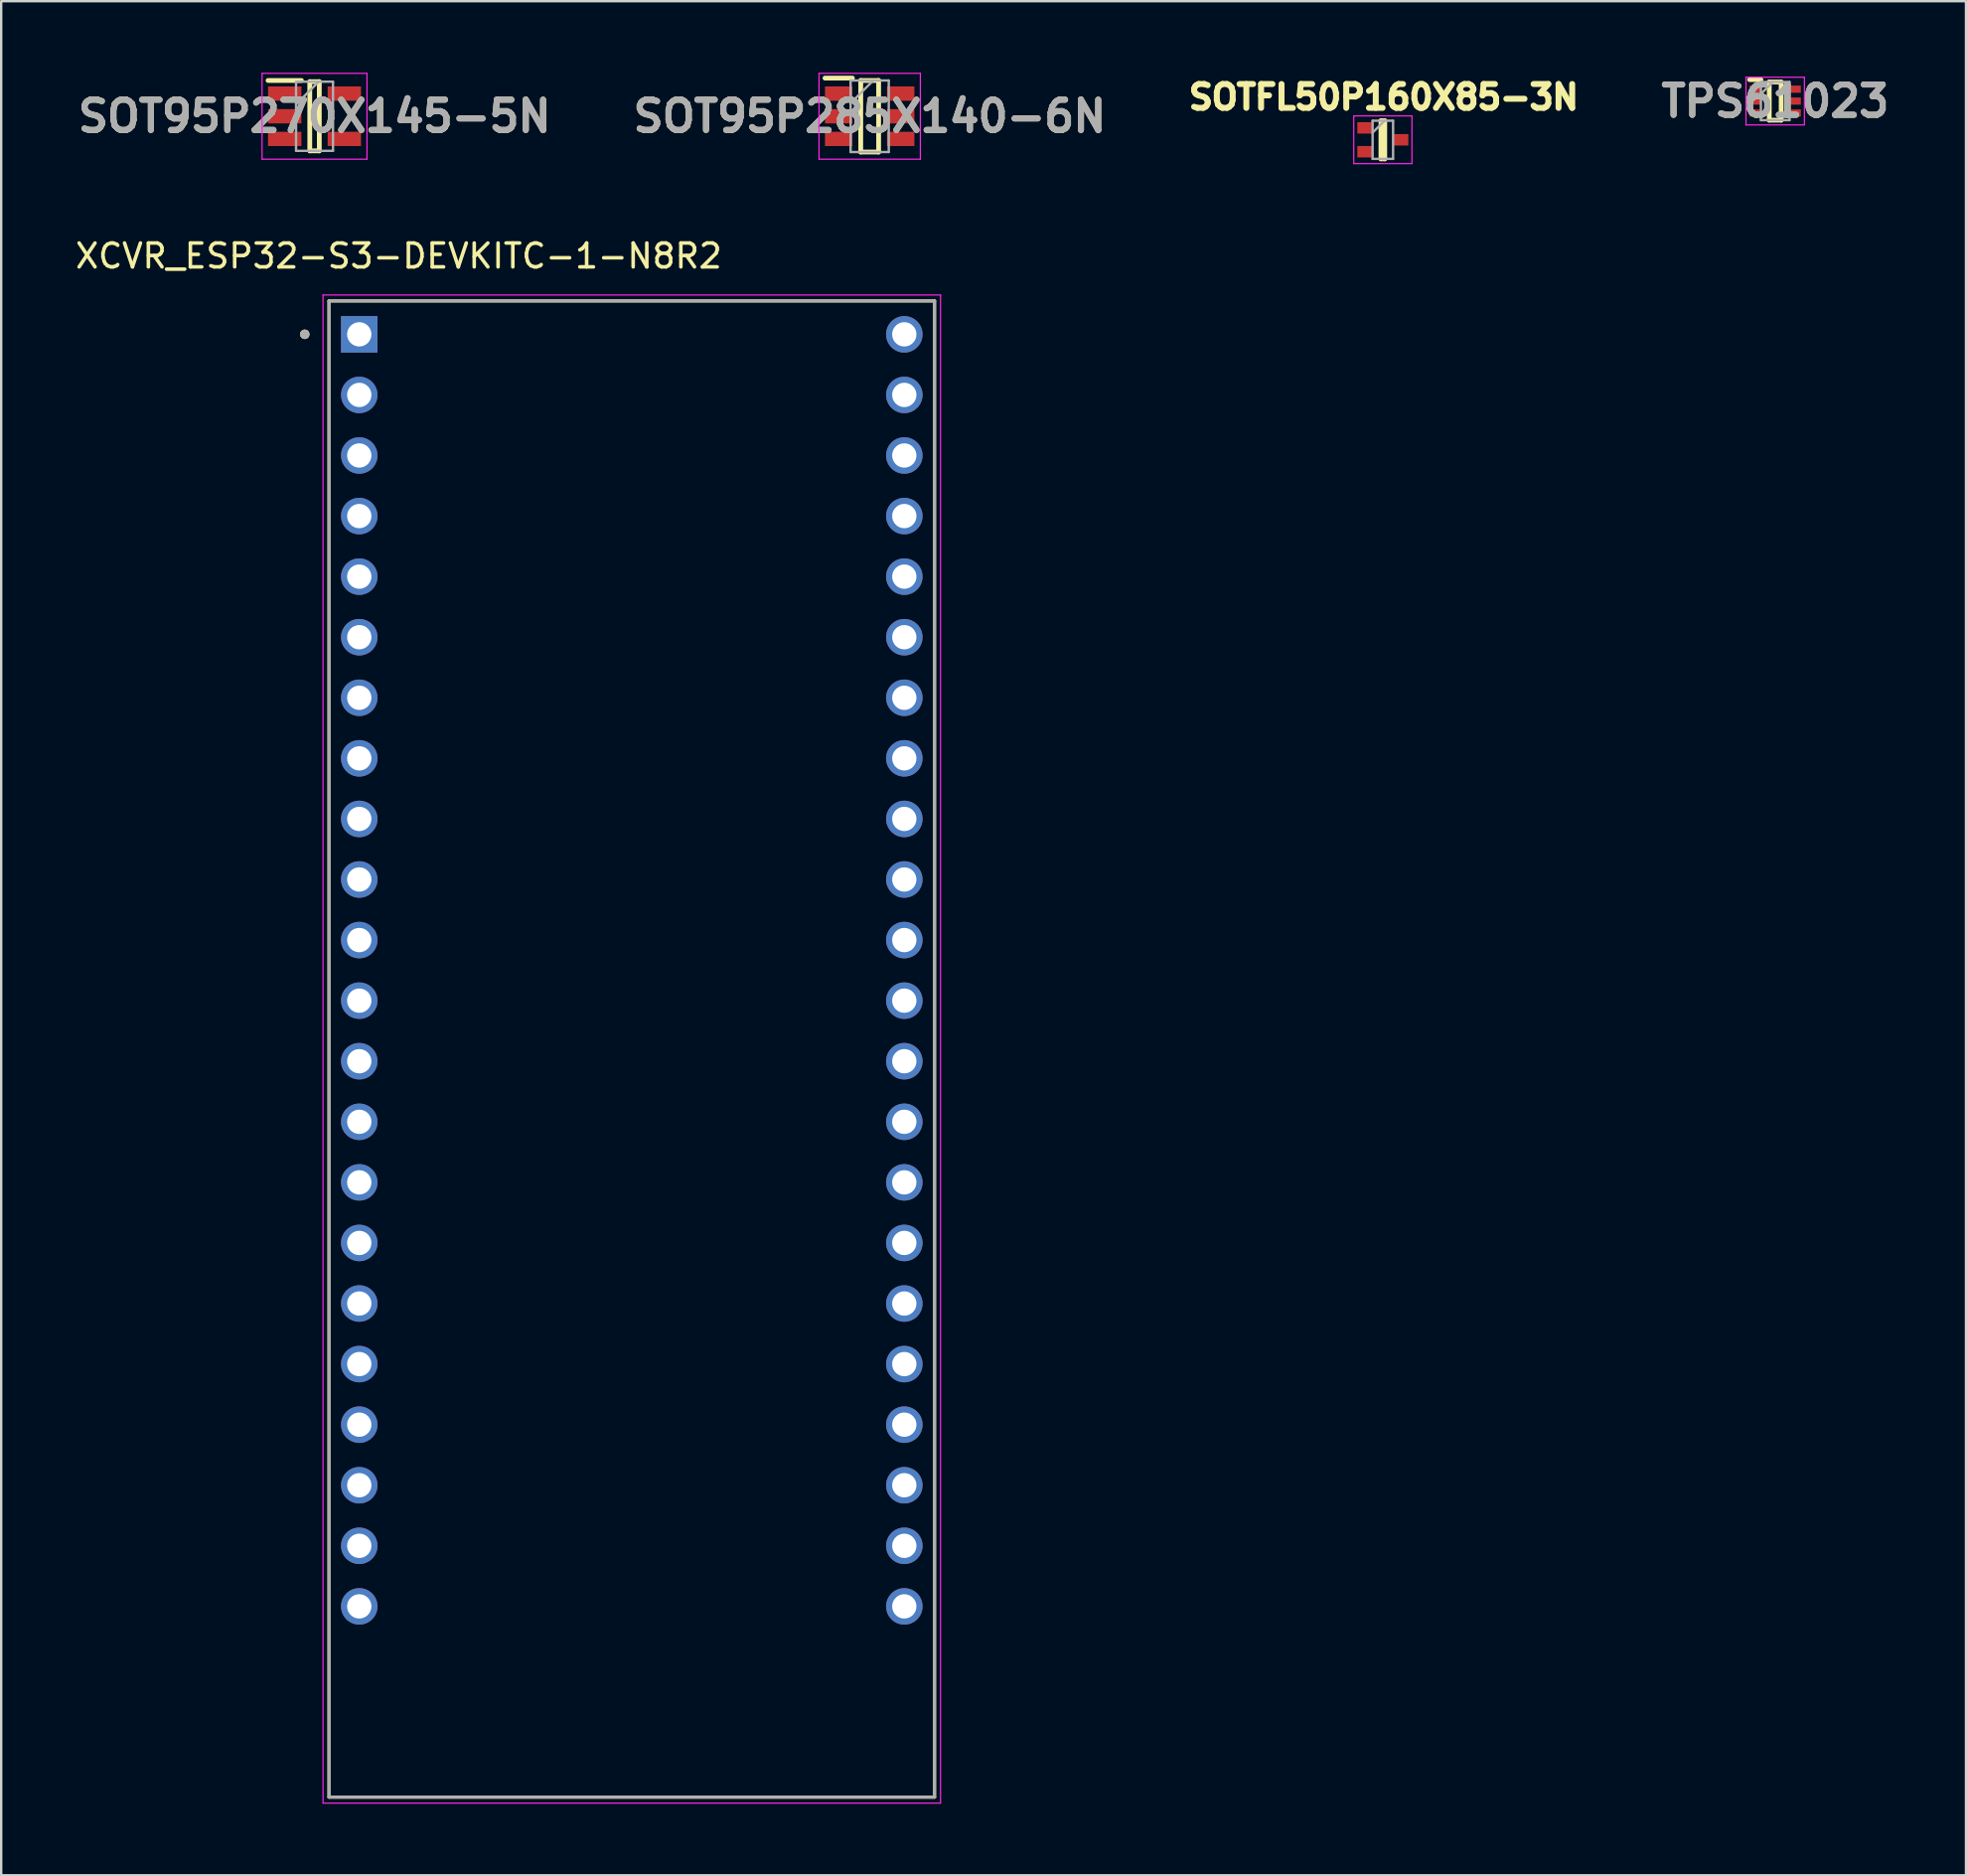
<source format=kicad_pcb>
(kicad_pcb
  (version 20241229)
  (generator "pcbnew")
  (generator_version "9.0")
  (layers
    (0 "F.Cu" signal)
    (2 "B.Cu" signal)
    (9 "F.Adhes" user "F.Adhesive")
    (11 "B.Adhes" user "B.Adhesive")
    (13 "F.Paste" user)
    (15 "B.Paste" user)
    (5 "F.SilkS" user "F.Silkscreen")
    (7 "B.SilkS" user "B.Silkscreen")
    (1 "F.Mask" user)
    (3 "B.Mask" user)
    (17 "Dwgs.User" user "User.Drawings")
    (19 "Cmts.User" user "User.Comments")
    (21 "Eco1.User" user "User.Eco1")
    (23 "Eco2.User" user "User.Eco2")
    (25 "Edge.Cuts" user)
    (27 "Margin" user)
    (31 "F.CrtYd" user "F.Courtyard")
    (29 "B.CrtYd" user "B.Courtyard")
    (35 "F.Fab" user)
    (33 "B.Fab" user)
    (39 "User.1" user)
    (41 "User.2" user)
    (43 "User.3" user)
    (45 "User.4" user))
  (footprint "XCVR_ESP32-S3-DEVKITC-1-N8R2"
    (layer "F.Cu")
    (at 23.448 40.94)
    (property "Reference" "XCVR_ESP32-S3-DEVKITC-1-N8R2" (at -9.775 -33.255 0) (layer "F.SilkS") (effects (font (size 1 1) (thickness 0.15))))
    (attr through_hole)
    (fp_line (start -12.7 -31.37) (end 12.7 -31.37) (stroke (width 0.127) (type solid)) (layer "F.SilkS"))
    (fp_line (start -12.7 31.37) (end -12.7 -31.37) (stroke (width 0.127) (type solid)) (layer "F.SilkS"))
    (fp_line (start 12.7 -31.37) (end 12.7 31.37) (stroke (width 0.127) (type solid)) (layer "F.SilkS"))
    (fp_line (start 12.7 31.37) (end -12.7 31.37) (stroke (width 0.127) (type solid)) (layer "F.SilkS"))
    (fp_circle (center -13.716 -29.972) (end -13.616 -29.972) (stroke (width 0.2) (type solid)) (fill no) (layer "F.SilkS"))
    (fp_line (start -12.95 -31.62) (end -12.95 31.62) (stroke (width 0.05) (type solid)) (layer "F.CrtYd"))
    (fp_line (start -12.95 31.62) (end 12.95 31.62) (stroke (width 0.05) (type solid)) (layer "F.CrtYd"))
    (fp_line (start 12.95 -31.62) (end -12.95 -31.62) (stroke (width 0.05) (type solid)) (layer "F.CrtYd"))
    (fp_line (start 12.95 31.62) (end 12.95 -31.62) (stroke (width 0.05) (type solid)) (layer "F.CrtYd"))
    (fp_line (start -12.7 -31.37) (end 12.7 -31.37) (stroke (width 0.127) (type solid)) (layer "F.Fab"))
    (fp_line (start -12.7 31.37) (end -12.7 -31.37) (stroke (width 0.127) (type solid)) (layer "F.Fab"))
    (fp_line (start 12.7 -31.37) (end 12.7 31.37) (stroke (width 0.127) (type solid)) (layer "F.Fab"))
    (fp_line (start 12.7 31.37) (end -12.7 31.37) (stroke (width 0.127) (type solid)) (layer "F.Fab"))
    (fp_circle (center -13.716 -29.972) (end -13.616 -29.972) (stroke (width 0.2) (type solid)) (fill no) (layer "F.Fab"))
    (pad "J1_1" thru_hole rect (at -11.43 -29.97) (size 1.53 1.53) (drill 1.02) (layers "*.Cu" "*.Mask"))
    (pad "J1_2" thru_hole circle (at -11.43 -27.43) (size 1.53 1.53) (drill 1.02) (layers "*.Cu" "*.Mask"))
    (pad "J1_3" thru_hole circle (at -11.43 -24.89) (size 1.53 1.53) (drill 1.02) (layers "*.Cu" "*.Mask"))
    (pad "J1_4" thru_hole circle (at -11.43 -22.35) (size 1.53 1.53) (drill 1.02) (layers "*.Cu" "*.Mask"))
    (pad "J1_5" thru_hole circle (at -11.43 -19.81) (size 1.53 1.53) (drill 1.02) (layers "*.Cu" "*.Mask"))
    (pad "J1_6" thru_hole circle (at -11.43 -17.27) (size 1.53 1.53) (drill 1.02) (layers "*.Cu" "*.Mask"))
    (pad "J1_7" thru_hole circle (at -11.43 -14.73) (size 1.53 1.53) (drill 1.02) (layers "*.Cu" "*.Mask"))
    (pad "J1_8" thru_hole circle (at -11.43 -12.19) (size 1.53 1.53) (drill 1.02) (layers "*.Cu" "*.Mask"))
    (pad "J1_9" thru_hole circle (at -11.43 -9.65) (size 1.53 1.53) (drill 1.02) (layers "*.Cu" "*.Mask"))
    (pad "J1_10" thru_hole circle (at -11.43 -7.11) (size 1.53 1.53) (drill 1.02) (layers "*.Cu" "*.Mask"))
    (pad "J1_11" thru_hole circle (at -11.43 -4.57) (size 1.53 1.53) (drill 1.02) (layers "*.Cu" "*.Mask"))
    (pad "J1_12" thru_hole circle (at -11.43 -2.03) (size 1.53 1.53) (drill 1.02) (layers "*.Cu" "*.Mask"))
    (pad "J1_13" thru_hole circle (at -11.43 0.51) (size 1.53 1.53) (drill 1.02) (layers "*.Cu" "*.Mask"))
    (pad "J1_14" thru_hole circle (at -11.43 3.05) (size 1.53 1.53) (drill 1.02) (layers "*.Cu" "*.Mask"))
    (pad "J1_15" thru_hole circle (at -11.43 5.59) (size 1.53 1.53) (drill 1.02) (layers "*.Cu" "*.Mask"))
    (pad "J1_16" thru_hole circle (at -11.43 8.13) (size 1.53 1.53) (drill 1.02) (layers "*.Cu" "*.Mask"))
    (pad "J1_17" thru_hole circle (at -11.43 10.67) (size 1.53 1.53) (drill 1.02) (layers "*.Cu" "*.Mask"))
    (pad "J1_18" thru_hole circle (at -11.43 13.21) (size 1.53 1.53) (drill 1.02) (layers "*.Cu" "*.Mask"))
    (pad "J1_19" thru_hole circle (at -11.43 15.75) (size 1.53 1.53) (drill 1.02) (layers "*.Cu" "*.Mask"))
    (pad "J1_20" thru_hole circle (at -11.43 18.29) (size 1.53 1.53) (drill 1.02) (layers "*.Cu" "*.Mask"))
    (pad "J1_21" thru_hole circle (at -11.43 20.83) (size 1.53 1.53) (drill 1.02) (layers "*.Cu" "*.Mask"))
    (pad "J1_22" thru_hole circle (at -11.43 23.37) (size 1.53 1.53) (drill 1.02) (layers "*.Cu" "*.Mask"))
    (pad "J3_1" thru_hole circle (at 11.43 -29.97) (size 1.53 1.53) (drill 1.02) (layers "*.Cu" "*.Mask"))
    (pad "J3_2" thru_hole circle (at 11.43 -27.43) (size 1.53 1.53) (drill 1.02) (layers "*.Cu" "*.Mask"))
    (pad "J3_3" thru_hole circle (at 11.43 -24.89) (size 1.53 1.53) (drill 1.02) (layers "*.Cu" "*.Mask"))
    (pad "J3_4" thru_hole circle (at 11.43 -22.35) (size 1.53 1.53) (drill 1.02) (layers "*.Cu" "*.Mask"))
    (pad "J3_5" thru_hole circle (at 11.43 -19.81) (size 1.53 1.53) (drill 1.02) (layers "*.Cu" "*.Mask"))
    (pad "J3_6" thru_hole circle (at 11.43 -17.27) (size 1.53 1.53) (drill 1.02) (layers "*.Cu" "*.Mask"))
    (pad "J3_7" thru_hole circle (at 11.43 -14.73) (size 1.53 1.53) (drill 1.02) (layers "*.Cu" "*.Mask"))
    (pad "J3_8" thru_hole circle (at 11.43 -12.19) (size 1.53 1.53) (drill 1.02) (layers "*.Cu" "*.Mask"))
    (pad "J3_9" thru_hole circle (at 11.43 -9.65) (size 1.53 1.53) (drill 1.02) (layers "*.Cu" "*.Mask"))
    (pad "J3_10" thru_hole circle (at 11.43 -7.11) (size 1.53 1.53) (drill 1.02) (layers "*.Cu" "*.Mask"))
    (pad "J3_11" thru_hole circle (at 11.43 -4.57) (size 1.53 1.53) (drill 1.02) (layers "*.Cu" "*.Mask"))
    (pad "J3_12" thru_hole circle (at 11.43 -2.03) (size 1.53 1.53) (drill 1.02) (layers "*.Cu" "*.Mask"))
    (pad "J3_13" thru_hole circle (at 11.43 0.51) (size 1.53 1.53) (drill 1.02) (layers "*.Cu" "*.Mask"))
    (pad "J3_14" thru_hole circle (at 11.43 3.05) (size 1.53 1.53) (drill 1.02) (layers "*.Cu" "*.Mask"))
    (pad "J3_15" thru_hole circle (at 11.43 5.59) (size 1.53 1.53) (drill 1.02) (layers "*.Cu" "*.Mask"))
    (pad "J3_16" thru_hole circle (at 11.43 8.13) (size 1.53 1.53) (drill 1.02) (layers "*.Cu" "*.Mask"))
    (pad "J3_17" thru_hole circle (at 11.43 10.67) (size 1.53 1.53) (drill 1.02) (layers "*.Cu" "*.Mask"))
    (pad "J3_18" thru_hole circle (at 11.43 13.21) (size 1.53 1.53) (drill 1.02) (layers "*.Cu" "*.Mask"))
    (pad "J3_19" thru_hole circle (at 11.43 15.75) (size 1.53 1.53) (drill 1.02) (layers "*.Cu" "*.Mask"))
    (pad "J3_20" thru_hole circle (at 11.43 18.29) (size 1.53 1.53) (drill 1.02) (layers "*.Cu" "*.Mask"))
    (pad "J3_21" thru_hole circle (at 11.43 20.83) (size 1.53 1.53) (drill 1.02) (layers "*.Cu" "*.Mask"))
    (pad "J3_22" thru_hole circle (at 11.43 23.37) (size 1.53 1.53) (drill 1.02) (layers "*.Cu" "*.Mask")))
  (footprint "TPS61023"
    (layer "F.Cu")
    (at 71.405 1.189)
    (property "Reference" "TPS61023" (at 0 0 0) (layer "F.SilkS") (effects (font (size 1.27 1.27) (thickness 0.254))))
    (attr smd)
    (fp_line (start -1.075 -0.9) (end -0.6 -0.9) (stroke (width 0.2) (type solid)) (layer "F.SilkS"))
    (fp_line (start -0.25 -0.8) (end 0.25 -0.8) (stroke (width 0.2) (type solid)) (layer "F.SilkS"))
    (fp_line (start -0.25 0.8) (end -0.25 -0.8) (stroke (width 0.2) (type solid)) (layer "F.SilkS"))
    (fp_line (start 0.25 -0.8) (end 0.25 0.8) (stroke (width 0.2) (type solid)) (layer "F.SilkS"))
    (fp_line (start 0.25 0.8) (end -0.25 0.8) (stroke (width 0.2) (type solid)) (layer "F.SilkS"))
    (fp_line (start -1.225 -1) (end 1.225 -1) (stroke (width 0.05) (type solid)) (layer "F.CrtYd"))
    (fp_line (start -1.225 1) (end -1.225 -1) (stroke (width 0.05) (type solid)) (layer "F.CrtYd"))
    (fp_line (start 1.225 -1) (end 1.225 1) (stroke (width 0.05) (type solid)) (layer "F.CrtYd"))
    (fp_line (start 1.225 1) (end -1.225 1) (stroke (width 0.05) (type solid)) (layer "F.CrtYd"))
    (fp_line (start -0.6 -0.8) (end 0.6 -0.8) (stroke (width 0.1) (type solid)) (layer "F.Fab"))
    (fp_line (start -0.6 -0.3) (end -0.1 -0.8) (stroke (width 0.1) (type solid)) (layer "F.Fab"))
    (fp_line (start -0.6 0.8) (end -0.6 -0.8) (stroke (width 0.1) (type solid)) (layer "F.Fab"))
    (fp_line (start 0.6 -0.8) (end 0.6 0.8) (stroke (width 0.1) (type solid)) (layer "F.Fab"))
    (fp_line (start 0.6 0.8) (end -0.6 0.8) (stroke (width 0.1) (type solid)) (layer "F.Fab"))
    (fp_text user "${REFERENCE}" (at 0 0 0) (layer "F.Fab") (effects (font (size 1.27 1.27) (thickness 0.254))))
    (pad "1" smd rect (at -0.838 -0.5 90) (size 0.3 0.475) (layers "F.Cu" "F.Mask" "F.Paste"))
    (pad "2" smd rect (at -0.838 0 90) (size 0.3 0.475) (layers "F.Cu" "F.Mask" "F.Paste"))
    (pad "3" smd rect (at -0.838 0.5 90) (size 0.3 0.475) (layers "F.Cu" "F.Mask" "F.Paste"))
    (pad "4" smd rect (at 0.838 0.5 90) (size 0.3 0.475) (layers "F.Cu" "F.Mask" "F.Paste"))
    (pad "5" smd rect (at 0.838 0 90) (size 0.3 0.475) (layers "F.Cu" "F.Mask" "F.Paste"))
    (pad "6" smd rect (at 0.838 -0.5 90) (size 0.3 0.475) (layers "F.Cu" "F.Mask" "F.Paste")))
  (footprint "SOTFL50P160X85-3N"
    (layer "F.Cu")
    (at 54.949 2.812)
    (property "Reference" "SOTFL50P160X85-3N" (at 0.036 -1.788 0) (layer "F.SilkS") (effects (font (size 1 1) (thickness 0.25))))
    (attr smd)
    (fp_line (start -0.08 -0.8) (end 0.08 -0.8) (stroke (width 0.2) (type solid)) (layer "F.SilkS"))
    (fp_line (start -0.08 0.8) (end -0.08 -0.8) (stroke (width 0.2) (type solid)) (layer "F.SilkS"))
    (fp_line (start 0.08 -0.8) (end 0.08 0.8) (stroke (width 0.2) (type solid)) (layer "F.SilkS"))
    (fp_line (start 0.08 0.8) (end -0.08 0.8) (stroke (width 0.2) (type solid)) (layer "F.SilkS"))
    (fp_line (start -1.22 -1) (end 1.22 -1) (stroke (width 0.05) (type solid)) (layer "F.CrtYd"))
    (fp_line (start -1.22 1) (end -1.22 -1) (stroke (width 0.05) (type solid)) (layer "F.CrtYd"))
    (fp_line (start 1.22 -1) (end 1.22 1) (stroke (width 0.05) (type solid)) (layer "F.CrtYd"))
    (fp_line (start 1.22 1) (end -1.22 1) (stroke (width 0.05) (type solid)) (layer "F.CrtYd"))
    (fp_line (start -0.43 -0.8) (end 0.43 -0.8) (stroke (width 0.1) (type solid)) (layer "F.Fab"))
    (fp_line (start -0.43 -0.3) (end 0.07 -0.8) (stroke (width 0.1) (type solid)) (layer "F.Fab"))
    (fp_line (start -0.43 0.8) (end -0.43 -0.8) (stroke (width 0.1) (type solid)) (layer "F.Fab"))
    (fp_line (start 0.43 -0.8) (end 0.43 0.8) (stroke (width 0.1) (type solid)) (layer "F.Fab"))
    (fp_line (start 0.43 0.8) (end -0.43 0.8) (stroke (width 0.1) (type solid)) (layer "F.Fab"))
    (pad "1" smd rect (at -0.75 -0.5 90) (size 0.48 0.64) (layers "F.Cu" "F.Mask" "F.Paste"))
    (pad "2" smd rect (at -0.75 0.5 90) (size 0.48 0.64) (layers "F.Cu" "F.Mask" "F.Paste"))
    (pad "3" smd rect (at 0.75 0 90) (size 0.48 0.64) (layers "F.Cu" "F.Mask" "F.Paste")))
  (footprint "SOT95P285X140-6N"
    (layer "F.Cu")
    (at 33.426 1.825)
    (property "Reference" "SOT95P285X140-6N" (at 0 0 0) (layer "F.SilkS") (effects (font (size 1.27 1.27) (thickness 0.254))))
    (attr smd)
    (fp_line (start -1.875 -1.6) (end -0.725 -1.6) (stroke (width 0.2) (type solid)) (layer "F.SilkS"))
    (fp_line (start -0.375 -1.5) (end 0.375 -1.5) (stroke (width 0.2) (type solid)) (layer "F.SilkS"))
    (fp_line (start -0.375 1.5) (end -0.375 -1.5) (stroke (width 0.2) (type solid)) (layer "F.SilkS"))
    (fp_line (start 0.375 -1.5) (end 0.375 1.5) (stroke (width 0.2) (type solid)) (layer "F.SilkS"))
    (fp_line (start 0.375 1.5) (end -0.375 1.5) (stroke (width 0.2) (type solid)) (layer "F.SilkS"))
    (fp_line (start -2.125 -1.8) (end 2.125 -1.8) (stroke (width 0.05) (type solid)) (layer "F.CrtYd"))
    (fp_line (start -2.125 1.8) (end -2.125 -1.8) (stroke (width 0.05) (type solid)) (layer "F.CrtYd"))
    (fp_line (start 2.125 -1.8) (end 2.125 1.8) (stroke (width 0.05) (type solid)) (layer "F.CrtYd"))
    (fp_line (start 2.125 1.8) (end -2.125 1.8) (stroke (width 0.05) (type solid)) (layer "F.CrtYd"))
    (fp_line (start -0.8 -1.5) (end 0.8 -1.5) (stroke (width 0.1) (type solid)) (layer "F.Fab"))
    (fp_line (start -0.8 -0.55) (end 0.15 -1.5) (stroke (width 0.1) (type solid)) (layer "F.Fab"))
    (fp_line (start -0.8 1.5) (end -0.8 -1.5) (stroke (width 0.1) (type solid)) (layer "F.Fab"))
    (fp_line (start 0.8 -1.5) (end 0.8 1.5) (stroke (width 0.1) (type solid)) (layer "F.Fab"))
    (fp_line (start 0.8 1.5) (end -0.8 1.5) (stroke (width 0.1) (type solid)) (layer "F.Fab"))
    (fp_text user "${REFERENCE}" (at 0 0 0) (layer "F.Fab") (effects (font (size 1.27 1.27) (thickness 0.254))))
    (pad "1" smd rect (at -1.3 -0.95 90) (size 0.6 1.15) (layers "F.Cu" "F.Mask" "F.Paste"))
    (pad "2" smd rect (at -1.3 0 90) (size 0.6 1.15) (layers "F.Cu" "F.Mask" "F.Paste"))
    (pad "3" smd rect (at -1.3 0.95 90) (size 0.6 1.15) (layers "F.Cu" "F.Mask" "F.Paste"))
    (pad "4" smd rect (at 1.3 0.95 90) (size 0.6 1.15) (layers "F.Cu" "F.Mask" "F.Paste"))
    (pad "5" smd rect (at 1.3 0 90) (size 0.6 1.15) (layers "F.Cu" "F.Mask" "F.Paste"))
    (pad "6" smd rect (at 1.3 -0.95 90) (size 0.6 1.15) (layers "F.Cu" "F.Mask" "F.Paste")))
  (footprint "SOT95P270X145-5N"
    (layer "F.Cu")
    (at 10.142 1.825)
    (property "Reference" "SOT95P270X145-5N" (at 0 0 0) (layer "F.SilkS") (effects (font (size 1.27 1.27) (thickness 0.254))))
    (attr smd)
    (fp_line (start -1.95 -1.5) (end -0.55 -1.5) (stroke (width 0.2) (type solid)) (layer "F.SilkS"))
    (fp_line (start -0.2 -1.45) (end 0.2 -1.45) (stroke (width 0.2) (type solid)) (layer "F.SilkS"))
    (fp_line (start -0.2 1.45) (end -0.2 -1.45) (stroke (width 0.2) (type solid)) (layer "F.SilkS"))
    (fp_line (start 0.2 -1.45) (end 0.2 1.45) (stroke (width 0.2) (type solid)) (layer "F.SilkS"))
    (fp_line (start 0.2 1.45) (end -0.2 1.45) (stroke (width 0.2) (type solid)) (layer "F.SilkS"))
    (fp_line (start -2.2 -1.8) (end 2.2 -1.8) (stroke (width 0.05) (type solid)) (layer "F.CrtYd"))
    (fp_line (start -2.2 1.8) (end -2.2 -1.8) (stroke (width 0.05) (type solid)) (layer "F.CrtYd"))
    (fp_line (start 2.2 -1.8) (end 2.2 1.8) (stroke (width 0.05) (type solid)) (layer "F.CrtYd"))
    (fp_line (start 2.2 1.8) (end -2.2 1.8) (stroke (width 0.05) (type solid)) (layer "F.CrtYd"))
    (fp_line (start -0.775 -1.45) (end 0.775 -1.45) (stroke (width 0.1) (type solid)) (layer "F.Fab"))
    (fp_line (start -0.775 -0.5) (end 0.175 -1.45) (stroke (width 0.1) (type solid)) (layer "F.Fab"))
    (fp_line (start -0.775 1.45) (end -0.775 -1.45) (stroke (width 0.1) (type solid)) (layer "F.Fab"))
    (fp_line (start 0.775 -1.45) (end 0.775 1.45) (stroke (width 0.1) (type solid)) (layer "F.Fab"))
    (fp_line (start 0.775 1.45) (end -0.775 1.45) (stroke (width 0.1) (type solid)) (layer "F.Fab"))
    (fp_text user "${REFERENCE}" (at 0 0 0) (layer "F.Fab") (effects (font (size 1.27 1.27) (thickness 0.254))))
    (pad "1" smd rect (at -1.25 -0.95 90) (size 0.6 1.4) (layers "F.Cu" "F.Mask" "F.Paste"))
    (pad "2" smd rect (at -1.25 0 90) (size 0.6 1.4) (layers "F.Cu" "F.Mask" "F.Paste"))
    (pad "3" smd rect (at -1.25 0.95 90) (size 0.6 1.4) (layers "F.Cu" "F.Mask" "F.Paste"))
    (pad "4" smd rect (at 1.25 0.95 90) (size 0.6 1.4) (layers "F.Cu" "F.Mask" "F.Paste"))
    (pad "5" smd rect (at 1.25 -0.95 90) (size 0.6 1.4) (layers "F.Cu" "F.Mask" "F.Paste")))
  (gr_rect
    (start -3 -3)
    (end 79.406 75.585)
    (stroke (width 0.1) (type default))
    (fill no)
    (layer "Edge.Cuts")))
</source>
